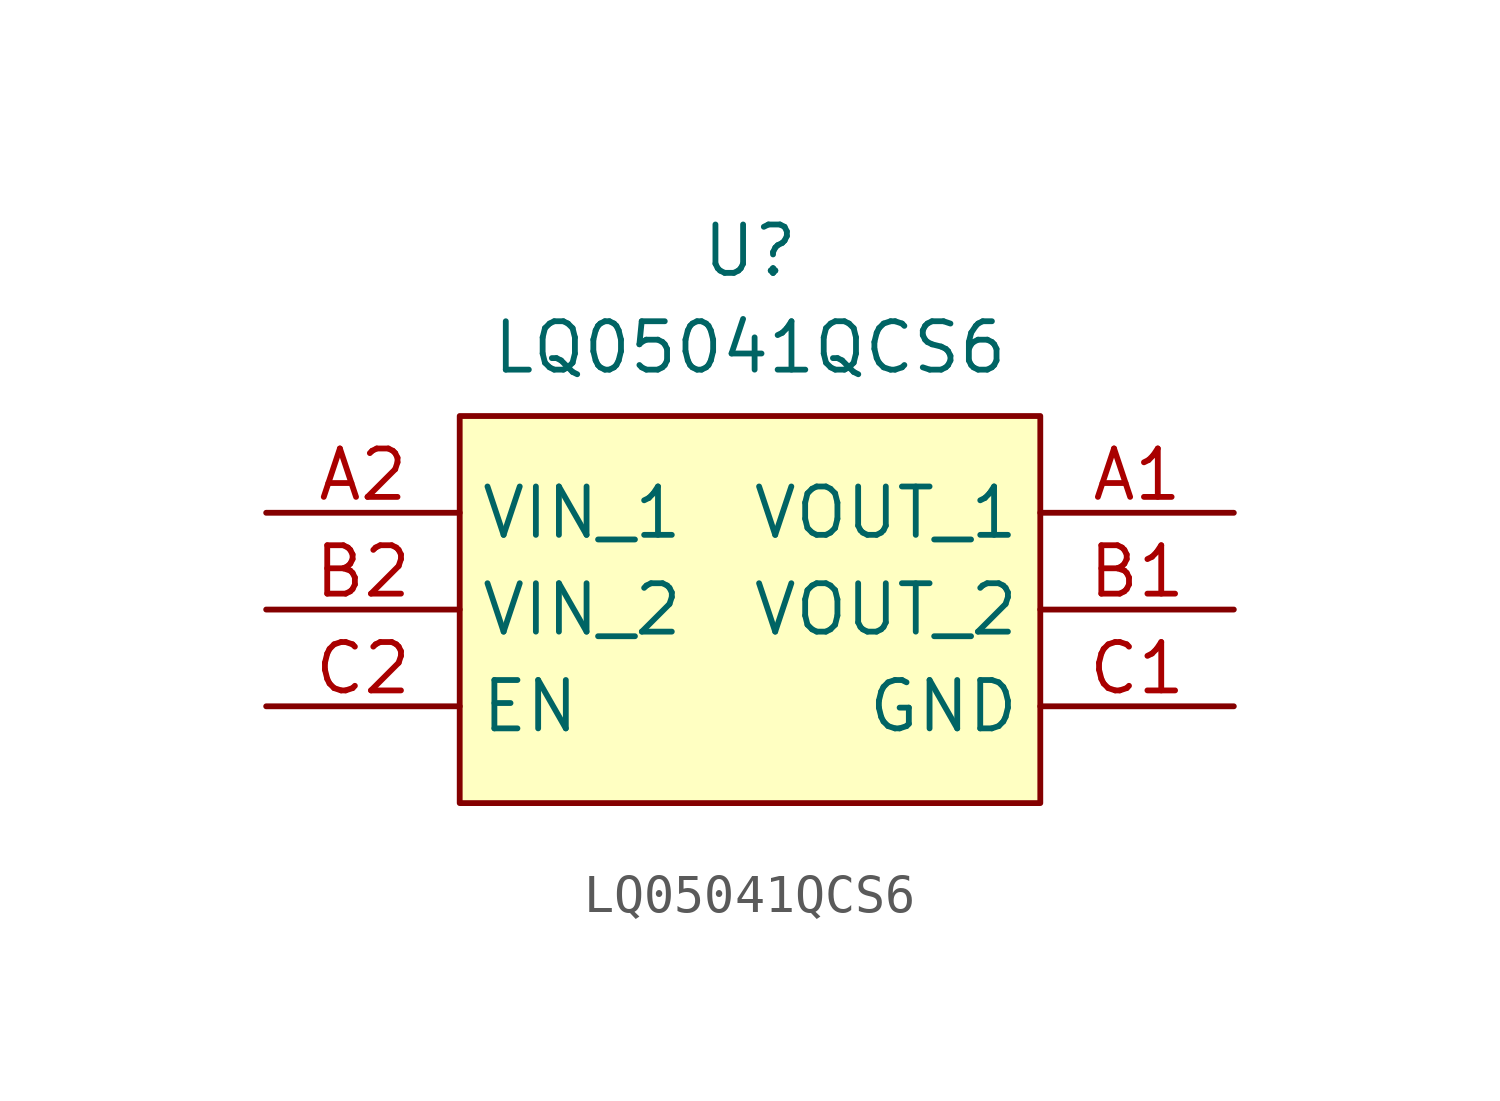
<source format=kicad_sym>
(kicad_symbol_lib
  (version 20241209)
  (generator "kicad_symbol_editor")
  (generator_version "9.0")
  (symbol "LQ05041QCS6"
    (property "Reference" "U"
      (at 0 10.16 0)
      (effects (font (size 1.27 1.27)) (justify top)))
    (property "Value" "LQ05041QCS6"
      (at 0 7.62 0)
      (effects (font (size 1.27 1.27)) (justify top)))
    (symbol "LQ05041QCS6_1_1"
      (rectangle (start -7.62 5.08) (end 7.62 -5.08) (stroke (width 0) (type solid)) (fill (type background)))
      (pin passive line (at -12.7 2.54 0) (length 5.08) (name "VIN_1" (effects (font (size 1.27 1.27)))) (number "A2" (effects (font (size 1.27 1.27)))))
      (pin passive line (at -12.7 0 0) (length 5.08) (name "VIN_2" (effects (font (size 1.27 1.27)))) (number "B2" (effects (font (size 1.27 1.27)))))
      (pin passive line (at -12.7 -2.54 0) (length 5.08) (name "EN" (effects (font (size 1.27 1.27)))) (number "C2" (effects (font (size 1.27 1.27)))))
      (pin passive line (at 12.7 2.54 180) (length 5.08) (name "VOUT_1" (effects (font (size 1.27 1.27)))) (number "A1" (effects (font (size 1.27 1.27)))))
      (pin passive line (at 12.7 0 180) (length 5.08) (name "VOUT_2" (effects (font (size 1.27 1.27)))) (number "B1" (effects (font (size 1.27 1.27)))))
      (pin passive line (at 12.7 -2.54 180) (length 5.08) (name "GND" (effects (font (size 1.27 1.27)))) (number "C1" (effects (font (size 1.27 1.27))))))))
</source>
